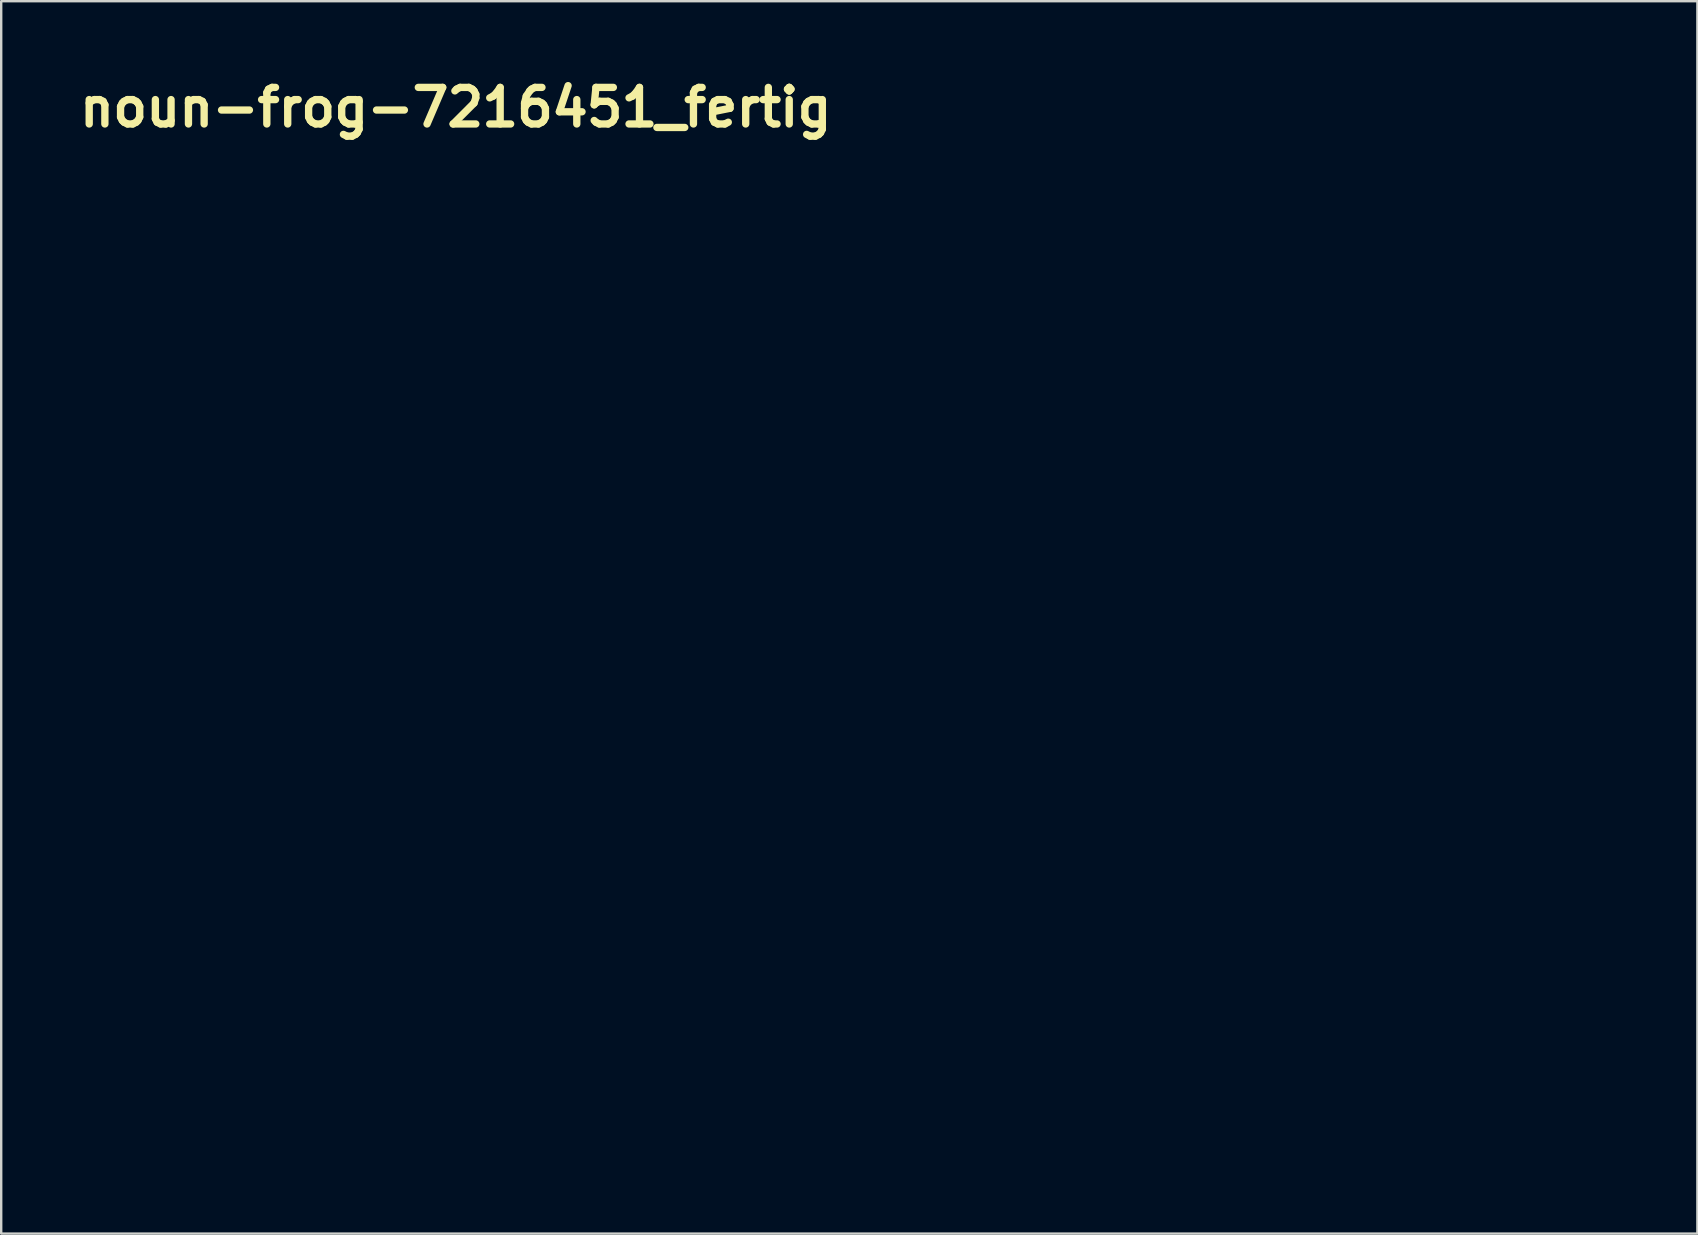
<source format=kicad_pcb>
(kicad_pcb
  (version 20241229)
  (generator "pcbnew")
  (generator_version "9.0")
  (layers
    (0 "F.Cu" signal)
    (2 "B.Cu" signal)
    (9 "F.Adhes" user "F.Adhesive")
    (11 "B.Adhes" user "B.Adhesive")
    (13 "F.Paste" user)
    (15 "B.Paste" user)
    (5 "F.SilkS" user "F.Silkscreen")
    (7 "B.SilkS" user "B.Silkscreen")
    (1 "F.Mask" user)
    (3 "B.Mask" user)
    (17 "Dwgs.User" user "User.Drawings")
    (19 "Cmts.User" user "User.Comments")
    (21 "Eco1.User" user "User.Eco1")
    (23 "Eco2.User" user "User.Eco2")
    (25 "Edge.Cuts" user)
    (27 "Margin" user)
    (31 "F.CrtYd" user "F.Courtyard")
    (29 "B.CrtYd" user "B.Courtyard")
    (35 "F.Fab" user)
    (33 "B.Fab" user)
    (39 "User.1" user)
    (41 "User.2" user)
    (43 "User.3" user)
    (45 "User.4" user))
  (footprint "noun-frog-7216451_fertig"
    (layer "F.Cu")
    (at 15.944 4.348)
    (property "Reference" "noun-frog-7216451_fertig" (at 0 -2.921 0) (layer "F.SilkS") (effects (font (size 1.524 1.524) (thickness 0.305))))
    (attr exclude_from_pos_files exclude_from_bom)
    (fp_poly (pts (xy 15.688 15.117) (xy 15.494 15.054) (xy 15.297 15.053) (xy 15.11 15.11) (xy 14.949 15.219) (xy 14.827 15.378) (xy 14.078 16.761) (xy 14.013 16.948) (xy 14.012 17.139) (xy 14.071 17.319) (xy 14.184 17.475) (xy 14.348 17.593) (xy 14.494 17.646) (xy 14.645 17.663) (xy 14.868 17.624) (xy 15.064 17.512) (xy 15.211 17.333) (xy 15.959 15.95) (xy 16.025 15.762) (xy 16.025 15.571) (xy 15.967 15.391) (xy 15.854 15.235) (xy 15.69 15.117) (xy 15.688 15.117)) (stroke (width 0) (type solid)) (fill yes) (layer "F.Mask"))
    (fp_poly (pts (xy 35.884 16.688) (xy 35.695 16.611) (xy 35.498 16.596) (xy 35.308 16.64) (xy 35.138 16.738) (xy 35.003 16.888) (xy 33.618 19.046) (xy 33.54 19.228) (xy 33.525 19.419) (xy 33.569 19.603) (xy 33.67 19.768) (xy 33.826 19.898) (xy 33.99 19.968) (xy 34.162 19.992) (xy 34.371 19.958) (xy 34.558 19.859) (xy 34.706 19.7) (xy 36.091 17.542) (xy 36.169 17.36) (xy 36.184 17.17) (xy 36.14 16.985) (xy 36.039 16.821) (xy 35.884 16.691) (xy 35.884 16.688)) (stroke (width 0) (type solid)) (fill yes) (layer "F.Mask"))
    (fp_poly (pts (xy 12.569 14.712) (xy 12.513 14.795) (xy 12.39 14.979) (xy 12.22 15.232) (xy 12.023 15.527) (xy 11.818 15.833) (xy 11.625 16.122) (xy 11.463 16.365) (xy 11.351 16.532) (xy 11.309 16.594) (xy 12.382 17.265) (xy 12.423 17.204) (xy 12.533 17.04) (xy 12.693 16.801) (xy 12.884 16.516) (xy 13.086 16.213) (xy 13.281 15.921) (xy 13.45 15.669) (xy 13.573 15.485) (xy 13.632 15.397) (xy 13.716 15.217) (xy 13.738 15.027) (xy 13.699 14.841) (xy 13.604 14.675) (xy 13.455 14.54) (xy 13.269 14.459) (xy 13.074 14.437) (xy 12.882 14.474) (xy 12.709 14.565) (xy 12.569 14.709) (xy 12.569 14.712)) (stroke (width 0) (type solid)) (fill yes) (layer "F.Mask"))
    (fp_poly (pts (xy 37.72 17.478) (xy 37.534 17.559) (xy 37.389 17.688) (xy 37.293 17.852) (xy 37.22 17.966) (xy 37.106 18.136) (xy 36.962 18.347) (xy 36.796 18.584) (xy 36.62 18.832) (xy 36.445 19.078) (xy 36.356 19.256) (xy 36.331 19.445) (xy 36.366 19.632) (xy 36.459 19.8) (xy 36.607 19.937) (xy 36.783 20.02) (xy 36.971 20.048) (xy 37.17 20.017) (xy 37.351 19.927) (xy 37.498 19.782) (xy 37.825 19.322) (xy 38.08 18.96) (xy 38.269 18.681) (xy 38.401 18.47) (xy 38.486 18.312) (xy 38.53 18.192) (xy 38.543 18.095) (xy 38.533 18.006) (xy 38.508 17.91) (xy 38.422 17.73) (xy 38.288 17.589) (xy 38.118 17.496) (xy 37.925 17.456) (xy 37.722 17.478) (xy 37.72 17.478)) (stroke (width 0) (type solid)) (fill yes) (layer "F.Mask"))
    (fp_poly (pts (xy 29.567 14.316) (xy 29.379 14.24) (xy 29.182 14.226) (xy 28.992 14.269) (xy 28.822 14.367) (xy 28.689 14.516) (xy 28.641 14.578) (xy 28.567 14.654) (xy 28.467 14.741) (xy 28.342 14.836) (xy 28.193 14.937) (xy 28.021 15.04) (xy 27.826 15.142) (xy 27.61 15.241) (xy 27.372 15.334) (xy 27.114 15.418) (xy 26.837 15.491) (xy 26.54 15.548) (xy 26.226 15.589) (xy 25.894 15.608) (xy 25.546 15.605) (xy 25.182 15.576) (xy 24.742 15.51) (xy 24.343 15.421) (xy 23.982 15.313) (xy 23.659 15.19) (xy 23.37 15.054) (xy 23.115 14.91) (xy 22.892 14.761) (xy 22.699 14.611) (xy 22.535 14.463) (xy 22.397 14.322) (xy 22.284 14.19) (xy 22.194 14.072) (xy 22.126 13.97) (xy 22.077 13.889) (xy 22.047 13.833) (xy 22.033 13.804) (xy 21.928 13.636) (xy 21.779 13.513) (xy 21.6 13.439) (xy 21.405 13.421) (xy 21.208 13.464) (xy 21.032 13.565) (xy 20.903 13.709) (xy 20.825 13.883) (xy 20.806 14.072) (xy 20.851 14.265) (xy 20.861 14.289) (xy 20.883 14.336) (xy 20.917 14.403) (xy 20.964 14.488) (xy 21.025 14.59) (xy 21.101 14.706) (xy 21.192 14.834) (xy 21.3 14.972) (xy 21.426 15.119) (xy 21.57 15.271) (xy 21.733 15.427) (xy 21.916 15.584) (xy 22.12 15.742) (xy 22.345 15.897) (xy 22.593 16.047) (xy 22.864 16.191) (xy 23.16 16.326) (xy 23.481 16.451) (xy 23.827 16.563) (xy 24.201 16.66) (xy 24.602 16.74) (xy 25.032 16.801) (xy 25.276 16.825) (xy 25.517 16.838) (xy 25.753 16.843) (xy 26.094 16.833) (xy 26.425 16.806) (xy 26.744 16.763) (xy 27.052 16.704) (xy 27.347 16.633) (xy 27.629 16.549) (xy 27.898 16.455) (xy 28.152 16.353) (xy 28.391 16.243) (xy 28.615 16.126) (xy 28.823 16.006) (xy 29.014 15.883) (xy 29.188 15.758) (xy 29.344 15.633) (xy 29.482 15.509) (xy 29.6 15.389) (xy 29.698 15.273) (xy 29.777 15.163) (xy 29.855 14.98) (xy 29.87 14.79) (xy 29.825 14.606) (xy 29.724 14.442) (xy 29.57 14.313) (xy 29.567 14.316)) (stroke (width 0) (type solid)) (fill yes) (layer "F.Mask"))
    (fp_poly (pts (xy 40.501 7.438) (xy 40.362 7.358) (xy 40.209 7.279) (xy 40.043 7.201) (xy 39.866 7.127) (xy 39.678 7.058) (xy 39.481 6.994) (xy 39.276 6.938) (xy 39.063 6.891) (xy 38.844 6.854) (xy 38.62 6.828) (xy 38.393 6.815) (xy 38.162 6.817) (xy 37.93 6.834) (xy 37.697 6.867) (xy 37.464 6.919) (xy 37.233 6.991) (xy 37.005 7.083) (xy 36.78 7.198) (xy 36.561 7.336) (xy 36.347 7.5) (xy 36.14 7.689) (xy 35.941 7.907) (xy 35.788 8.103) (xy 35.652 8.306) (xy 35.533 8.515) (xy 35.431 8.729) (xy 35.346 8.947) (xy 35.278 9.169) (xy 35.228 9.395) (xy 35.196 9.622) (xy 35.181 9.852) (xy 35.184 10.083) (xy 35.205 10.315) (xy 35.244 10.547) (xy 35.302 10.778) (xy 35.378 11.008) (xy 35.472 11.236) (xy 35.582 11.457) (xy 35.707 11.668) (xy 35.845 11.869) (xy 35.997 12.06) (xy 36.161 12.238) (xy 36.335 12.404) (xy 36.52 12.557) (xy 36.714 12.695) (xy 36.916 12.818) (xy 37.125 12.925) (xy 37.341 13.016) (xy 37.379 13.029) (xy 37.379 9.354) (xy 37.149 9.288) (xy 36.937 9.118) (xy 36.781 8.869) (xy 36.738 8.64) (xy 36.776 8.437) (xy 36.862 8.268) (xy 36.963 8.139) (xy 37.048 8.056) (xy 37.084 8.027) (xy 37.084 8.027) (xy 37.335 7.875) (xy 37.573 7.802) (xy 37.793 7.794) (xy 37.992 7.837) (xy 38.164 7.915) (xy 38.304 8.015) (xy 38.408 8.121) (xy 38.495 8.289) (xy 38.521 8.483) (xy 38.492 8.684) (xy 38.41 8.869) (xy 38.281 9.017) (xy 38.183 9.089) (xy 38.029 9.184) (xy 37.834 9.277) (xy 37.613 9.342) (xy 37.379 9.354) (xy 37.379 13.029) (xy 37.562 13.089) (xy 37.787 13.143) (xy 38.038 13.185) (xy 38.292 13.208) (xy 38.548 13.216) (xy 38.754 13.209) (xy 38.754 12.252) (xy 38.517 12.234) (xy 38.287 12.184) (xy 38.071 12.098) (xy 37.876 11.971) (xy 37.712 11.797) (xy 37.585 11.57) (xy 37.503 11.289) (xy 37.491 11.032) (xy 37.537 10.799) (xy 37.627 10.59) (xy 37.751 10.405) (xy 37.895 10.246) (xy 38.047 10.112) (xy 38.195 10.003) (xy 38.327 9.919) (xy 38.429 9.862) (xy 38.491 9.83) (xy 38.709 9.735) (xy 38.938 9.67) (xy 39.173 9.634) (xy 39.408 9.624) (xy 39.64 9.641) (xy 39.863 9.684) (xy 40.074 9.75) (xy 40.267 9.839) (xy 40.437 9.95) (xy 40.581 10.082) (xy 40.693 10.234) (xy 40.768 10.404) (xy 40.818 10.653) (xy 40.811 10.886) (xy 40.757 11.101) (xy 40.662 11.298) (xy 40.535 11.479) (xy 40.384 11.641) (xy 40.218 11.785) (xy 40.044 11.911) (xy 39.87 12.019) (xy 39.87 12.019) (xy 39.759 12.072) (xy 39.608 12.127) (xy 39.424 12.177) (xy 39.215 12.219) (xy 38.989 12.246) (xy 38.754 12.252) (xy 38.754 13.209) (xy 38.808 13.208) (xy 39.067 13.183) (xy 39.323 13.143) (xy 39.576 13.087) (xy 39.824 13.017) (xy 40.066 12.931) (xy 40.3 12.831) (xy 40.526 12.717) (xy 40.741 12.589) (xy 40.946 12.448) (xy 41.137 12.294) (xy 41.323 12.118) (xy 41.49 11.93) (xy 41.638 11.731) (xy 41.767 11.523) (xy 41.876 11.306) (xy 41.964 11.08) (xy 42.033 10.846) (xy 42.081 10.606) (xy 42.108 10.359) (xy 42.114 10.106) (xy 42.098 9.849) (xy 42.043 9.503) (xy 41.957 9.186) (xy 41.845 8.898) (xy 41.712 8.637) (xy 41.564 8.404) (xy 41.406 8.197) (xy 41.245 8.016) (xy 41.084 7.86) (xy 40.931 7.729) (xy 40.79 7.621) (xy 40.668 7.537) (xy 40.569 7.476) (xy 40.499 7.436) (xy 40.501 7.438)) (stroke (width 0) (type solid)) (fill yes) (layer "F.Mask"))
    (fp_poly (pts (xy 15.451 4.48) (xy 15.116 4.348) (xy 14.79 4.257) (xy 14.477 4.203) (xy 14.177 4.18) (xy 13.894 4.183) (xy 13.63 4.208) (xy 13.386 4.25) (xy 13.166 4.303) (xy 12.971 4.363) (xy 12.803 4.425) (xy 12.666 4.483) (xy 12.56 4.534) (xy 12.49 4.571) (xy 12.347 4.646) (xy 12.198 4.732) (xy 12.044 4.83) (xy 11.887 4.939) (xy 11.729 5.059) (xy 11.572 5.191) (xy 11.416 5.333) (xy 11.265 5.485) (xy 11.12 5.648) (xy 10.983 5.821) (xy 10.854 6.003) (xy 10.737 6.196) (xy 10.633 6.397) (xy 10.543 6.608) (xy 10.47 6.828) (xy 10.415 7.057) (xy 10.38 7.294) (xy 10.367 7.539) (xy 10.377 7.793) (xy 10.413 8.054) (xy 10.475 8.323) (xy 10.566 8.599) (xy 10.662 8.827) (xy 10.773 9.044) (xy 10.897 9.25) (xy 11.034 9.445) (xy 11.185 9.627) (xy 11.347 9.797) (xy 11.522 9.954) (xy 11.707 10.098) (xy 11.904 10.228) (xy 12.111 10.344) (xy 12.327 10.445) (xy 12.377 10.464) (xy 12.377 6.968) (xy 12.187 6.903) (xy 12.047 6.788) (xy 11.95 6.651) (xy 11.89 6.518) (xy 11.86 6.418) (xy 11.851 6.379) (xy 11.853 6.379) (xy 11.853 6.105) (xy 11.919 5.869) (xy 12.039 5.671) (xy 12.199 5.512) (xy 12.385 5.392) (xy 12.585 5.313) (xy 12.784 5.274) (xy 12.942 5.277) (xy 13.094 5.314) (xy 13.235 5.381) (xy 13.36 5.474) (xy 13.465 5.59) (xy 13.543 5.724) (xy 13.591 5.872) (xy 13.602 6.031) (xy 13.572 6.196) (xy 13.496 6.363) (xy 13.368 6.528) (xy 13.184 6.688) (xy 12.939 6.837) (xy 12.625 6.956) (xy 12.377 6.968) (xy 12.377 10.464) (xy 12.553 10.532) (xy 12.788 10.603) (xy 13.031 10.658) (xy 13.264 10.694) (xy 13.497 10.716) (xy 13.729 10.723) (xy 13.985 10.714) (xy 14.163 10.696) (xy 14.163 9.732) (xy 13.925 9.72) (xy 13.692 9.68) (xy 13.471 9.608) (xy 13.268 9.501) (xy 13.092 9.356) (xy 12.949 9.169) (xy 12.828 8.887) (xy 12.796 8.62) (xy 12.829 8.374) (xy 12.906 8.158) (xy 13.004 7.977) (xy 13.101 7.839) (xy 13.176 7.752) (xy 13.205 7.721) (xy 13.436 7.524) (xy 13.673 7.364) (xy 13.914 7.239) (xy 14.155 7.146) (xy 14.393 7.083) (xy 14.627 7.049) (xy 14.852 7.043) (xy 15.067 7.061) (xy 15.269 7.102) (xy 15.454 7.164) (xy 15.621 7.245) (xy 15.766 7.343) (xy 15.886 7.457) (xy 15.979 7.584) (xy 16.042 7.723) (xy 16.09 7.963) (xy 16.083 8.199) (xy 16.031 8.429) (xy 15.939 8.649) (xy 15.817 8.856) (xy 15.672 9.047) (xy 15.511 9.217) (xy 15.342 9.363) (xy 15.174 9.482) (xy 15.171 9.482) (xy 15.017 9.563) (xy 14.832 9.631) (xy 14.624 9.684) (xy 14.398 9.719) (xy 14.163 9.732) (xy 14.163 10.696) (xy 14.237 10.688) (xy 14.485 10.646) (xy 14.728 10.587) (xy 14.964 10.512) (xy 15.191 10.422) (xy 15.41 10.317) (xy 15.617 10.196) (xy 15.813 10.062) (xy 15.996 9.913) (xy 16.164 9.75) (xy 16.331 9.561) (xy 16.485 9.36) (xy 16.624 9.149) (xy 16.749 8.93) (xy 16.859 8.703) (xy 16.954 8.47) (xy 17.034 8.232) (xy 17.098 7.991) (xy 17.146 7.747) (xy 17.177 7.502) (xy 17.191 7.256) (xy 17.188 7.012) (xy 17.168 6.771) (xy 17.13 6.533) (xy 17.068 6.288) (xy 16.988 6.053) (xy 16.887 5.828) (xy 16.768 5.614) (xy 16.631 5.412) (xy 16.476 5.223) (xy 16.304 5.046) (xy 16.114 4.883) (xy 15.909 4.735) (xy 15.687 4.601) (xy 15.451 4.482) (xy 15.451 4.48)) (stroke (width 0) (type solid)) (fill yes) (layer "F.Mask"))
    (fp_poly (pts (xy 47.364 22.61) (xy 47.313 22.244) (xy 47.254 21.884) (xy 47.189 21.532) (xy 47.118 21.188) (xy 47.041 20.852) (xy 46.959 20.523) (xy 46.872 20.202) (xy 46.78 19.889) (xy 46.684 19.583) (xy 46.584 19.286) (xy 46.48 18.997) (xy 46.374 18.716) (xy 46.265 18.443) (xy 46.154 18.179) (xy 46.042 17.923) (xy 45.928 17.675) (xy 45.813 17.436) (xy 45.697 17.205) (xy 45.582 16.983) (xy 45.466 16.769) (xy 45.352 16.564) (xy 45.238 16.368) (xy 45.126 16.181) (xy 45.016 16.003) (xy 44.908 15.834) (xy 44.803 15.674) (xy 44.701 15.523) (xy 44.603 15.381) (xy 44.508 15.249) (xy 44.418 15.126) (xy 44.333 15.012) (xy 44.253 14.908) (xy 44.178 14.813) (xy 44.285 14.66) (xy 44.392 14.497) (xy 44.497 14.324) (xy 44.6 14.141) (xy 44.7 13.949) (xy 44.798 13.749) (xy 44.893 13.54) (xy 44.983 13.324) (xy 45.069 13.1) (xy 45.15 12.87) (xy 45.225 12.633) (xy 45.294 12.391) (xy 45.357 12.143) (xy 45.412 11.891) (xy 45.46 11.633) (xy 45.5 11.372) (xy 45.531 11.107) (xy 45.552 10.839) (xy 45.564 10.569) (xy 45.566 10.296) (xy 45.556 10.022) (xy 45.536 9.746) (xy 45.503 9.469) (xy 45.458 9.193) (xy 45.408 8.951) (xy 45.349 8.714) (xy 45.281 8.481) (xy 45.203 8.253) (xy 45.116 8.029) (xy 45.02 7.81) (xy 44.916 7.595) (xy 44.802 7.385) (xy 44.679 7.179) (xy 44.548 6.979) (xy 44.408 6.783) (xy 44.259 6.592) (xy 44.101 6.407) (xy 43.935 6.226) (xy 43.76 6.05) (xy 43.577 5.88) (xy 43.385 5.715) (xy 43.186 5.556) (xy 42.977 5.402) (xy 42.761 5.253) (xy 42.536 5.11) (xy 42.303 4.973) (xy 42.062 4.842) (xy 41.813 4.716) (xy 41.502 4.572) (xy 41.194 4.445) (xy 40.89 4.332) (xy 40.588 4.234) (xy 40.289 4.151) (xy 39.995 4.081) (xy 39.703 4.024) (xy 39.415 3.98) (xy 39.132 3.949) (xy 38.851 3.929) (xy 38.575 3.92) (xy 38.304 3.922) (xy 38.036 3.934) (xy 37.773 3.956) (xy 37.514 3.987) (xy 37.26 4.026) (xy 37.01 4.074) (xy 36.765 4.13) (xy 36.526 4.192) (xy 36.291 4.261) (xy 36.061 4.337) (xy 35.837 4.418) (xy 35.618 4.504) (xy 35.404 4.595) (xy 35.197 4.69) (xy 34.994 4.788) (xy 34.798 4.89) (xy 34.608 4.994) (xy 34.424 5.1) (xy 34.246 5.208) (xy 34.074 5.317) (xy 33.908 5.427) (xy 33.75 5.536) (xy 33.597 5.646) (xy 33.452 5.754) (xy 33.313 5.861) (xy 33.182 5.966) (xy 33.057 6.068) (xy 32.94 6.168) (xy 32.83 6.264) (xy 32.728 6.356) (xy 32.633 6.443) (xy 32.546 6.526) (xy 32.466 6.603) (xy 32.117 6.452) (xy 31.77 6.309) (xy 31.426 6.174) (xy 31.085 6.048) (xy 30.746 5.93) (xy 30.411 5.819) (xy 30.079 5.716) (xy 29.751 5.62) (xy 29.425 5.531) (xy 29.104 5.45) (xy 28.786 5.374) (xy 28.472 5.306) (xy 28.161 5.243) (xy 27.855 5.187) (xy 27.553 5.136) (xy 27.255 5.092) (xy 26.961 5.052) (xy 26.673 5.018) (xy 26.388 4.989) (xy 26.109 4.964) (xy 25.834 4.945) (xy 25.564 4.929) (xy 25.299 4.918) (xy 25.04 4.911) (xy 24.786 4.908) (xy 24.537 4.908) (xy 24.294 4.911) (xy 24.057 4.918) (xy 23.825 4.927) (xy 23.599 4.939) (xy 23.38 4.954) (xy 23.166 4.971) (xy 22.959 4.991) (xy 22.759 5.012) (xy 22.564 5.034) (xy 22.377 5.059) (xy 22.196 5.084) (xy 22.022 5.111) (xy 21.855 5.138) (xy 21.696 5.166) (xy 21.543 5.195) (xy 21.398 5.223) (xy 21.26 5.252) (xy 21.13 5.28) (xy 21.008 5.308) (xy 20.893 5.336) (xy 20.787 5.363) (xy 20.685 5.153) (xy 20.574 4.947) (xy 20.454 4.744) (xy 20.326 4.545) (xy 20.188 4.35) (xy 20.043 4.16) (xy 19.889 3.973) (xy 19.727 3.792) (xy 19.558 3.615) (xy 19.381 3.443) (xy 19.197 3.276) (xy 19.007 3.115) (xy 18.81 2.96) (xy 18.606 2.811) (xy 18.397 2.668) (xy 18.181 2.531) (xy 17.96 2.401) (xy 17.733 2.277) (xy 17.502 2.161) (xy 17.266 2.052) (xy 17.025 1.95) (xy 16.779 1.856) (xy 16.53 1.77) (xy 16.276 1.692) (xy 16.019 1.622) (xy 15.766 1.562) (xy 15.513 1.511) (xy 15.26 1.469) (xy 15.007 1.436) (xy 14.754 1.411) (xy 14.503 1.396) (xy 14.251 1.388) (xy 14.001 1.39) (xy 13.752 1.4) (xy 13.504 1.418) (xy 13.257 1.445) (xy 13.012 1.481) (xy 12.769 1.525) (xy 12.527 1.577) (xy 12.287 1.637) (xy 12.05 1.706) (xy 11.815 1.783) (xy 11.582 1.869) (xy 11.352 1.962) (xy 11.124 2.064) (xy 10.9 2.174) (xy 10.678 2.292) (xy 10.46 2.418) (xy 10.245 2.552) (xy 10.034 2.694) (xy 9.826 2.844) (xy 9.622 3.001) (xy 9.422 3.167) (xy 9.227 3.34) (xy 9.029 3.526) (xy 8.84 3.715) (xy 8.661 3.906) (xy 8.49 4.1) (xy 8.327 4.296) (xy 8.174 4.495) (xy 8.029 4.696) (xy 7.893 4.9) (xy 7.766 5.106) (xy 7.648 5.315) (xy 7.539 5.526) (xy 7.438 5.74) (xy 7.347 5.956) (xy 7.264 6.175) (xy 7.19 6.396) (xy 7.125 6.619) (xy 7.068 6.845) (xy 7.021 7.073) (xy 6.982 7.303) (xy 6.953 7.536) (xy 6.932 7.771) (xy 6.92 8.009) (xy 6.917 8.249) (xy 6.922 8.491) (xy 6.937 8.736) (xy 6.96 8.982) (xy 6.993 9.232) (xy 7.034 9.483) (xy 7.084 9.737) (xy 7.143 9.993) (xy 7.211 10.251) (xy 7.288 10.511) (xy 7.373 10.774) (xy 7.468 11.039) (xy 7.275 11.204) (xy 7.083 11.374) (xy 6.892 11.548) (xy 6.703 11.728) (xy 6.515 11.911) (xy 6.328 12.098) (xy 6.143 12.29) (xy 5.96 12.485) (xy 5.779 12.683) (xy 5.601 12.884) (xy 5.424 13.089) (xy 5.251 13.296) (xy 5.079 13.505) (xy 4.911 13.717) (xy 4.746 13.931) (xy 4.583 14.147) (xy 4.424 14.365) (xy 4.269 14.584) (xy 4.117 14.804) (xy 3.969 15.026) (xy 3.825 15.248) (xy 3.685 15.471) (xy 3.549 15.694) (xy 3.417 15.917) (xy 3.29 16.141) (xy 3.168 16.364) (xy 3.05 16.586) (xy 2.938 16.808) (xy 2.831 17.029) (xy 2.729 17.249) (xy 2.632 17.468) (xy 2.541 17.685) (xy 2.456 17.9) (xy 2.377 18.113) (xy 2.304 18.324) (xy 2.247 18.493) (xy 2.2 18.632) (xy 2.153 18.772) (xy 2.107 18.914) (xy 2.062 19.059) (xy 2.017 19.205) (xy 1.973 19.353) (xy 1.93 19.504) (xy 1.888 19.656) (xy 1.847 19.81) (xy 1.806 19.965) (xy 1.767 20.123) (xy 1.729 20.282) (xy 1.692 20.443) (xy 1.657 20.605) (xy 1.622 20.769) (xy 1.59 20.934) (xy 1.558 21.102) (xy 1.528 21.27) (xy 1.5 21.44) (xy 1.473 21.611) (xy 1.449 21.784) (xy 1.426 21.958) (xy 1.404 22.133) (xy 1.385 22.31) (xy 1.368 22.488) (xy 1.352 22.667) (xy 1.339 22.847) (xy 1.328 23.028) (xy 1.32 23.21) (xy 1.313 23.393) (xy 1.309 23.577) (xy 1.307 23.762) (xy 1.308 23.948) (xy 1.312 24.135) (xy 1.318 24.322) (xy 1.327 24.511) (xy 1.338 24.7) (xy 1.352 24.89) (xy 1.37 25.08) (xy 1.39 25.271) (xy 1.413 25.463) (xy 1.439 25.655) (xy 1.469 25.848) (xy 1.501 26.041) (xy 1.537 26.234) (xy 1.577 26.428) (xy 1.619 26.622) (xy 1.665 26.817) (xy 1.715 27.012) (xy 1.768 27.207) (xy 1.825 27.402) (xy 1.886 27.597) (xy 1.951 27.793) (xy 2.019 27.988) (xy 2.091 28.184) (xy 2.167 28.379) (xy 2.248 28.575) (xy 2.332 28.77) (xy 2.421 28.965) (xy 2.514 29.16) (xy 2.611 29.355) (xy 2.712 29.55) (xy 2.818 29.744) (xy 2.929 29.938) (xy 3.044 30.132) (xy 3.163 30.325) (xy 3.288 30.518) (xy 3.417 30.71) (xy 3.551 30.902) (xy 3.69 31.093) (xy 3.834 31.284) (xy 3.983 31.474) (xy 4.137 31.663) (xy 4.296 31.852) (xy 4.46 32.04) (xy 4.63 32.227) (xy 4.805 32.413) (xy 4.985 32.599) (xy 5.171 32.783) (xy 5.362 32.967) (xy 5.559 33.149) (xy 5.762 33.331) (xy 5.97 33.511) (xy 6.185 33.691) (xy 6.405 33.869) (xy 6.631 34.046) (xy 6.863 34.222) (xy 7.101 34.396) (xy 7.345 34.569) (xy 7.595 34.741) (xy 7.852 34.912) (xy 8.115 35.081) (xy 8.384 35.249) (xy 8.66 35.415) (xy 8.942 35.579) (xy 9.231 35.742) (xy 9.527 35.904) (xy 9.829 36.064) (xy 10.138 36.222) (xy 10.454 36.378) (xy 10.776 36.533) (xy 11.106 36.686) (xy 11.443 36.837) (xy 11.786 36.986) (xy 12.137 37.133) (xy 12.496 37.278) (xy 12.861 37.421) (xy 13.137 37.526) (xy 13.412 37.628) (xy 13.686 37.727) (xy 13.96 37.823) (xy 14.233 37.917) (xy 14.505 38.008) (xy 14.777 38.096) (xy 15.048 38.182) (xy 15.319 38.265) (xy 15.589 38.346) (xy 15.858 38.424) (xy 16.126 38.499) (xy 16.393 38.572) (xy 16.66 38.642) (xy 16.926 38.71) (xy 17.191 38.776) (xy 17.455 38.839) (xy 17.718 38.9) (xy 17.981 38.959) (xy 18.242 39.015) (xy 18.503 39.069) (xy 18.763 39.121) (xy 19.022 39.171) (xy 19.279 39.218) (xy 19.536 39.263) (xy 19.792 39.306) (xy 20.047 39.348) (xy 20.301 39.386) (xy 20.554 39.423) (xy 20.805 39.458) (xy 21.056 39.491) (xy 21.305 39.522) (xy 21.554 39.551) (xy 21.801 39.579) (xy 22.047 39.604) (xy 22.292 39.627) (xy 22.536 39.649) (xy 22.778 39.669) (xy 23.02 39.687) (xy 23.26 39.703) (xy 23.499 39.718) (xy 23.736 39.731) (xy 23.972 39.743) (xy 24.207 39.752) (xy 24.441 39.761) (xy 24.673 39.767) (xy 24.904 39.772) (xy 25.134 39.776) (xy 25.362 39.778) (xy 25.552 39.779) (xy 25.552 38.508) (xy 25.23 38.507) (xy 24.905 38.503) (xy 24.577 38.496) (xy 24.246 38.485) (xy 23.913 38.472) (xy 23.577 38.455) (xy 23.238 38.434) (xy 22.897 38.41) (xy 22.554 38.383) (xy 22.208 38.351) (xy 21.859 38.316) (xy 21.509 38.277) (xy 21.156 38.235) (xy 20.801 38.188) (xy 20.444 38.137) (xy 20.085 38.081) (xy 19.724 38.022) (xy 19.361 37.958) (xy 18.996 37.89) (xy 18.629 37.817) (xy 18.261 37.739) (xy 17.891 37.657) (xy 17.519 37.569) (xy 17.145 37.477) (xy 16.77 37.38) (xy 16.394 37.278) (xy 16.016 37.171) (xy 15.637 37.058) (xy 15.256 36.94) (xy 14.874 36.817) (xy 14.491 36.688) (xy 14.107 36.553) (xy 13.722 36.413) (xy 13.336 36.267) (xy 13.052 36.156) (xy 12.772 36.044) (xy 12.496 35.93) (xy 12.224 35.813) (xy 11.955 35.696) (xy 11.69 35.576) (xy 11.429 35.455) (xy 11.171 35.331) (xy 10.918 35.207) (xy 10.667 35.08) (xy 10.421 34.952) (xy 10.178 34.822) (xy 9.939 34.69) (xy 9.704 34.557) (xy 9.473 34.422) (xy 9.245 34.285) (xy 9.021 34.147) (xy 8.8 34.007) (xy 8.584 33.865) (xy 8.371 33.722) (xy 8.162 33.577) (xy 7.957 33.43) (xy 7.756 33.282) (xy 7.558 33.132) (xy 7.364 32.981) (xy 7.174 32.828) (xy 6.988 32.673) (xy 6.805 32.517) (xy 6.626 32.36) (xy 6.451 32.2) (xy 6.28 32.04) (xy 6.113 31.877) (xy 5.95 31.713) (xy 5.79 31.548) (xy 5.634 31.381) (xy 5.482 31.212) (xy 5.334 31.042) (xy 5.19 30.871) (xy 5.049 30.698) (xy 4.913 30.524) (xy 4.78 30.348) (xy 4.651 30.17) (xy 4.526 29.991) (xy 4.405 29.811) (xy 4.287 29.629) (xy 4.174 29.446) (xy 4.065 29.262) (xy 3.959 29.076) (xy 3.857 28.888) (xy 3.759 28.699) (xy 3.665 28.509) (xy 3.575 28.318) (xy 3.489 28.125) (xy 3.407 27.93) (xy 3.329 27.735) (xy 3.254 27.537) (xy 3.184 27.339) (xy 3.117 27.139) (xy 3.055 26.938) (xy 2.996 26.736) (xy 2.941 26.532) (xy 2.891 26.327) (xy 2.844 26.121) (xy 2.801 25.913) (xy 2.762 25.704) (xy 2.727 25.494) (xy 2.696 25.283) (xy 2.669 25.07) (xy 2.646 24.856) (xy 2.627 24.641) (xy 2.612 24.424) (xy 2.601 24.206) (xy 2.594 23.988) (xy 2.592 23.767) (xy 2.593 23.546) (xy 2.598 23.324) (xy 2.607 23.1) (xy 2.62 22.875) (xy 2.637 22.649) (xy 2.658 22.422) (xy 2.683 22.193) (xy 2.712 21.964) (xy 2.746 21.733) (xy 2.783 21.501) (xy 2.824 21.269) (xy 2.87 21.035) (xy 2.919 20.799) (xy 2.973 20.563) (xy 3.03 20.326) (xy 3.092 20.087) (xy 3.158 19.848) (xy 3.228 19.607) (xy 3.302 19.366) (xy 3.38 19.123) (xy 3.462 18.879) (xy 3.524 18.698) (xy 3.597 18.488) (xy 3.676 18.276) (xy 3.762 18.062) (xy 3.854 17.845) (xy 3.952 17.627) (xy 4.056 17.408) (xy 4.165 17.188) (xy 4.28 16.967) (xy 4.401 16.745) (xy 4.526 16.523) (xy 4.656 16.3) (xy 4.792 16.078) (xy 4.931 15.856) (xy 5.076 15.635) (xy 5.224 15.415) (xy 5.376 15.196) (xy 5.533 14.978) (xy 5.693 14.762) (xy 5.856 14.547) (xy 6.023 14.335) (xy 6.193 14.125) (xy 6.366 13.918) (xy 6.542 13.714) (xy 6.72 13.513) (xy 6.901 13.315) (xy 7.084 13.12) (xy 7.269 12.93) (xy 7.456 12.744) (xy 7.644 12.562) (xy 7.834 12.384) (xy 8.026 12.212) (xy 8.218 12.045) (xy 8.412 11.883) (xy 8.606 11.726) (xy 8.774 11.537) (xy 8.842 11.333) (xy 8.835 11.12) (xy 8.78 10.905) (xy 8.703 10.693) (xy 8.662 10.587) (xy 8.618 10.469) (xy 8.572 10.342) (xy 8.524 10.205) (xy 8.476 10.059) (xy 8.429 9.904) (xy 8.383 9.74) (xy 8.339 9.568) (xy 8.298 9.388) (xy 8.262 9.201) (xy 8.231 9.007) (xy 8.206 8.806) (xy 8.188 8.599) (xy 8.177 8.386) (xy 8.176 8.167) (xy 8.184 7.944) (xy 8.203 7.716) (xy 8.234 7.483) (xy 8.277 7.246) (xy 8.333 7.006) (xy 8.404 6.762) (xy 8.491 6.516) (xy 8.593 6.267) (xy 8.713 6.017) (xy 8.85 5.764) (xy 9.007 5.51) (xy 9.183 5.256) (xy 9.381 5) (xy 9.6 4.745) (xy 9.842 4.49) (xy 10.107 4.235) (xy 10.362 4.014) (xy 10.617 3.812) (xy 10.874 3.629) (xy 11.131 3.464) (xy 11.387 3.317) (xy 11.643 3.186) (xy 11.897 3.072) (xy 12.15 2.972) (xy 12.401 2.887) (xy 12.648 2.815) (xy 12.893 2.756) (xy 13.134 2.708) (xy 13.371 2.672) (xy 13.603 2.646) (xy 13.829 2.63) (xy 14.05 2.622) (xy 14.265 2.623) (xy 14.473 2.63) (xy 14.674 2.644) (xy 14.867 2.664) (xy 15.052 2.688) (xy 15.229 2.716) (xy 15.396 2.747) (xy 15.553 2.781) (xy 15.7 2.816) (xy 15.955 2.886) (xy 16.205 2.966) (xy 16.45 3.055) (xy 16.691 3.153) (xy 16.925 3.259) (xy 17.154 3.374) (xy 17.376 3.497) (xy 17.592 3.627) (xy 17.801 3.765) (xy 18.003 3.91) (xy 18.197 4.062) (xy 18.383 4.22) (xy 18.56 4.385) (xy 18.729 4.555) (xy 18.888 4.731) (xy 19.038 4.912) (xy 19.179 5.099) (xy 19.309 5.289) (xy 19.428 5.485) (xy 19.537 5.684) (xy 19.634 5.887) (xy 19.72 6.094) (xy 19.794 6.304) (xy 19.918 6.522) (xy 20.121 6.675) (xy 20.285 6.728) (xy 20.456 6.737) (xy 20.625 6.702) (xy 20.635 6.698) (xy 20.658 6.691) (xy 20.694 6.679) (xy 20.743 6.664) (xy 20.805 6.645) (xy 20.88 6.624) (xy 20.966 6.6) (xy 21.064 6.575) (xy 21.175 6.547) (xy 21.296 6.518) (xy 21.43 6.488) (xy 21.574 6.457) (xy 21.729 6.426) (xy 21.895 6.395) (xy 22.071 6.364) (xy 22.258 6.334) (xy 22.454 6.305) (xy 22.661 6.278) (xy 22.877 6.253) (xy 23.102 6.229) (xy 23.337 6.208) (xy 23.58 6.19) (xy 23.832 6.176) (xy 24.093 6.165) (xy 24.362 6.157) (xy 24.639 6.155) (xy 24.924 6.157) (xy 25.217 6.163) (xy 25.517 6.176) (xy 25.824 6.194) (xy 26.139 6.218) (xy 26.46 6.249) (xy 26.787 6.286) (xy 27.121 6.331) (xy 27.461 6.383) (xy 27.807 6.444) (xy 28.159 6.512) (xy 28.516 6.589) (xy 28.879 6.675) (xy 29.246 6.771) (xy 29.619 6.876) (xy 29.995 6.991) (xy 30.377 7.116) (xy 30.762 7.253) (xy 31.152 7.4) (xy 31.545 7.559) (xy 31.942 7.73) (xy 32.342 7.913) (xy 32.548 7.972) (xy 32.758 7.961) (xy 32.954 7.885) (xy 33.118 7.747) (xy 33.134 7.727) (xy 33.163 7.694) (xy 33.204 7.648) (xy 33.257 7.592) (xy 33.321 7.524) (xy 33.396 7.447) (xy 33.482 7.362) (xy 33.579 7.268) (xy 33.687 7.169) (xy 33.806 7.063) (xy 33.935 6.952) (xy 34.073 6.837) (xy 34.222 6.72) (xy 34.381 6.6) (xy 34.549 6.479) (xy 34.726 6.358) (xy 34.912 6.238) (xy 35.107 6.119) (xy 35.311 6.003) (xy 35.524 5.891) (xy 35.744 5.783) (xy 35.973 5.68) (xy 36.21 5.584) (xy 36.454 5.495) (xy 36.706 5.414) (xy 36.965 5.343) (xy 37.231 5.281) (xy 37.504 5.23) (xy 37.784 5.192) (xy 38.07 5.166) (xy 38.363 5.154) (xy 38.661 5.157) (xy 38.966 5.176) (xy 39.276 5.211) (xy 39.592 5.264) (xy 39.913 5.335) (xy 40.239 5.425) (xy 40.57 5.536) (xy 40.905 5.669) (xy 41.245 5.823) (xy 41.504 5.955) (xy 41.751 6.093) (xy 41.987 6.237) (xy 42.212 6.388) (xy 42.425 6.546) (xy 42.627 6.709) (xy 42.818 6.88) (xy 42.997 7.056) (xy 43.164 7.24) (xy 43.321 7.429) (xy 43.465 7.625) (xy 43.598 7.827) (xy 43.72 8.035) (xy 43.83 8.249) (xy 43.929 8.469) (xy 44.015 8.696) (xy 44.091 8.929) (xy 44.154 9.167) (xy 44.206 9.412) (xy 44.251 9.697) (xy 44.279 9.984) (xy 44.291 10.272) (xy 44.289 10.559) (xy 44.274 10.844) (xy 44.246 11.128) (xy 44.205 11.408) (xy 44.154 11.683) (xy 44.093 11.953) (xy 44.023 12.217) (xy 43.944 12.473) (xy 43.858 12.72) (xy 43.766 12.958) (xy 43.667 13.186) (xy 43.564 13.402) (xy 43.458 13.605) (xy 43.348 13.795) (xy 43.236 13.97) (xy 43.123 14.129) (xy 43.009 14.272) (xy 42.897 14.398) (xy 42.768 14.594) (xy 42.724 14.815) (xy 42.765 15.036) (xy 42.889 15.235) (xy 42.898 15.245) (xy 42.921 15.27) (xy 42.956 15.31) (xy 43.003 15.365) (xy 43.061 15.435) (xy 43.129 15.519) (xy 43.207 15.618) (xy 43.293 15.731) (xy 43.388 15.858) (xy 43.49 15.999) (xy 43.598 16.153) (xy 43.713 16.322) (xy 43.832 16.504) (xy 43.955 16.699) (xy 44.082 16.908) (xy 44.212 17.129) (xy 44.343 17.364) (xy 44.476 17.612) (xy 44.609 17.872) (xy 44.742 18.145) (xy 44.874 18.43) (xy 45.004 18.727) (xy 45.132 19.037) (xy 45.256 19.358) (xy 45.376 19.691) (xy 45.492 20.036) (xy 45.601 20.392) (xy 45.705 20.76) (xy 45.801 21.139) (xy 45.889 21.529) (xy 45.969 21.931) (xy 46.039 22.342) (xy 46.1 22.765) (xy 46.111 22.858) (xy 46.122 22.956) (xy 46.133 23.059) (xy 46.144 23.168) (xy 46.154 23.282) (xy 46.163 23.401) (xy 46.172 23.525) (xy 46.179 23.654) (xy 46.186 23.788) (xy 46.191 23.926) (xy 46.195 24.069) (xy 46.197 24.215) (xy 46.198 24.366) (xy 46.197 24.521) (xy 46.194 24.68) (xy 46.189 24.843) (xy 46.182 25.009) (xy 46.172 25.179) (xy 46.16 25.352) (xy 46.146 25.528) (xy 46.129 25.707) (xy 46.109 25.89) (xy 46.087 26.075) (xy 46.061 26.263) (xy 46.032 26.453) (xy 46 26.646) (xy 45.964 26.842) (xy 45.925 27.039) (xy 45.882 27.239) (xy 45.835 27.44) (xy 45.784 27.643) (xy 45.729 27.848) (xy 45.67 28.054) (xy 45.606 28.262) (xy 45.538 28.471) (xy 45.465 28.681) (xy 45.388 28.892) (xy 45.306 29.104) (xy 45.218 29.317) (xy 45.126 29.53) (xy 45.028 29.744) (xy 44.925 29.958) (xy 44.816 30.173) (xy 44.702 30.387) (xy 44.581 30.602) (xy 44.455 30.816) (xy 44.323 31.03) (xy 44.185 31.243) (xy 44.04 31.456) (xy 43.889 31.668) (xy 43.731 31.88) (xy 43.566 32.09) (xy 43.395 32.299) (xy 43.217 32.507) (xy 43.031 32.714) (xy 42.839 32.919) (xy 42.639 33.123) (xy 42.431 33.324) (xy 42.216 33.524) (xy 41.993 33.722) (xy 41.762 33.918) (xy 41.523 34.111) (xy 41.276 34.302) (xy 41.021 34.491) (xy 40.757 34.677) (xy 40.485 34.86) (xy 40.204 35.04) (xy 39.914 35.217) (xy 39.615 35.391) (xy 39.307 35.561) (xy 38.99 35.728) (xy 38.664 35.892) (xy 38.328 36.051) (xy 37.983 36.207) (xy 37.628 36.359) (xy 37.625 36.357) (xy 37.618 36.359) (xy 37.605 36.365) (xy 37.585 36.374) (xy 37.559 36.385) (xy 37.526 36.398) (xy 37.486 36.414) (xy 37.441 36.432) (xy 37.388 36.453) (xy 37.33 36.476) (xy 37.266 36.5) (xy 37.195 36.527) (xy 37.118 36.556) (xy 37.036 36.586) (xy 36.947 36.619) (xy 36.853 36.652) (xy 36.752 36.688) (xy 36.646 36.725) (xy 36.534 36.763) (xy 36.417 36.803) (xy 36.293 36.843) (xy 36.165 36.885) (xy 36.03 36.928) (xy 35.891 36.972) (xy 35.746 37.017) (xy 35.595 37.062) (xy 35.44 37.108) (xy 35.279 37.155) (xy 35.113 37.202) (xy 34.942 37.25) (xy 34.766 37.298) (xy 34.584 37.346) (xy 34.398 37.394) (xy 34.207 37.443) (xy 34.012 37.491) (xy 33.811 37.54) (xy 33.606 37.588) (xy 33.396 37.636) (xy 33.182 37.683) (xy 32.963 37.73) (xy 32.739 37.777) (xy 32.512 37.823) (xy 32.279 37.868) (xy 32.043 37.912) (xy 31.802 37.955) (xy 31.558 37.998) (xy 31.309 38.039) (xy 31.055 38.08) (xy 30.798 38.119) (xy 30.537 38.156) (xy 30.273 38.192) (xy 30.004 38.227) (xy 29.731 38.26) (xy 29.455 38.292) (xy 29.175 38.322) (xy 28.892 38.349) (xy 28.605 38.375) (xy 28.314 38.399) (xy 28.02 38.421) (xy 27.723 38.441) (xy 27.422 38.458) (xy 27.118 38.473) (xy 26.811 38.485) (xy 26.501 38.495) (xy 26.188 38.502) (xy 25.871 38.507) (xy 25.552 38.508) (xy 25.552 39.779) (xy 25.589 39.779) (xy 26.019 39.776) (xy 26.443 39.769) (xy 26.862 39.757) (xy 27.276 39.74) (xy 27.684 39.719) (xy 28.086 39.693) (xy 28.482 39.664) (xy 28.871 39.631) (xy 29.255 39.594) (xy 29.633 39.554) (xy 30.003 39.511) (xy 30.368 39.465) (xy 30.726 39.416) (xy 31.076 39.365) (xy 31.42 39.311) (xy 31.757 39.255) (xy 32.087 39.197) (xy 32.409 39.137) (xy 32.724 39.076) (xy 33.032 39.013) (xy 33.331 38.95) (xy 33.623 38.885) (xy 33.907 38.819) (xy 34.183 38.753) (xy 34.451 38.687) (xy 34.711 38.62) (xy 34.962 38.554) (xy 35.205 38.487) (xy 35.439 38.422) (xy 35.664 38.356) (xy 35.88 38.292) (xy 36.087 38.229) (xy 36.286 38.166) (xy 36.475 38.106) (xy 36.654 38.047) (xy 36.824 37.989) (xy 36.985 37.934) (xy 37.135 37.881) (xy 37.276 37.831) (xy 37.407 37.783) (xy 37.528 37.738) (xy 37.638 37.696) (xy 37.738 37.657) (xy 37.828 37.622) (xy 37.907 37.59) (xy 37.975 37.562) (xy 38.033 37.539) (xy 38.079 37.519) (xy 38.114 37.504) (xy 38.139 37.493) (xy 38.493 37.342) (xy 38.838 37.187) (xy 39.175 37.029) (xy 39.503 36.867) (xy 39.823 36.701) (xy 40.134 36.533) (xy 40.436 36.361) (xy 40.731 36.186) (xy 41.017 36.009) (xy 41.296 35.828) (xy 41.566 35.645) (xy 41.829 35.459) (xy 42.084 35.271) (xy 42.331 35.081) (xy 42.571 34.888) (xy 42.804 34.693) (xy 43.029 34.496) (xy 43.247 34.297) (xy 43.458 34.096) (xy 43.663 33.894) (xy 43.86 33.69) (xy 44.051 33.484) (xy 44.235 33.277) (xy 44.413 33.069) (xy 44.584 32.86) (xy 44.749 32.65) (xy 44.908 32.438) (xy 45.061 32.226) (xy 45.207 32.014) (xy 45.349 31.8) (xy 45.484 31.586) (xy 45.614 31.372) (xy 45.738 31.158) (xy 45.857 30.943) (xy 45.97 30.728) (xy 46.079 30.514) (xy 46.182 30.299) (xy 46.28 30.085) (xy 46.374 29.871) (xy 46.463 29.658) (xy 46.547 29.445) (xy 46.627 29.233) (xy 46.702 29.022) (xy 46.773 28.812) (xy 46.839 28.603) (xy 46.902 28.395) (xy 46.961 28.188) (xy 47.016 27.983) (xy 47.067 27.779) (xy 47.114 27.577) (xy 47.158 27.377) (xy 47.199 27.178) (xy 47.236 26.981) (xy 47.27 26.787) (xy 47.3 26.594) (xy 47.328 26.404) (xy 47.353 26.216) (xy 47.376 26.031) (xy 47.395 25.848) (xy 47.412 25.668) (xy 47.427 25.491) (xy 47.439 25.317) (xy 47.449 25.145) (xy 47.457 24.977) (xy 47.463 24.812) (xy 47.467 24.651) (xy 47.469 24.493) (xy 47.469 24.338) (xy 47.468 24.188) (xy 47.466 24.041) (xy 47.462 23.898) (xy 47.457 23.759) (xy 47.45 23.624) (xy 47.443 23.494) (xy 47.435 23.367) (xy 47.426 23.246) (xy 47.416 23.129) (xy 47.406 23.016) (xy 47.395 22.908) (xy 47.384 22.806) (xy 47.372 22.708) (xy 47.361 22.616) (xy 47.364 22.61)) (stroke (width 0) (type solid)) (fill yes) (layer "F.Mask"))
    (fp_poly (pts (xy 14.154 0.152) (xy 13.902 0.155) (xy 13.65 0.165) (xy 13.399 0.183) (xy 13.15 0.209) (xy 12.902 0.243) (xy 12.655 0.285) (xy 12.41 0.334) (xy 12.167 0.39) (xy 11.926 0.453) (xy 11.688 0.524) (xy 11.451 0.601) (xy 11.217 0.685) (xy 10.986 0.776) (xy 10.757 0.873) (xy 10.531 0.977) (xy 10.308 1.087) (xy 10.089 1.203) (xy 9.873 1.325) (xy 9.66 1.453) (xy 9.451 1.586) (xy 9.245 1.725) (xy 9.044 1.87) (xy 8.847 2.02) (xy 8.654 2.175) (xy 8.465 2.335) (xy 8.281 2.5) (xy 8.102 2.67) (xy 7.928 2.844) (xy 7.758 3.023) (xy 7.594 3.206) (xy 7.435 3.394) (xy 7.281 3.586) (xy 7.133 3.781) (xy 6.991 3.981) (xy 6.855 4.184) (xy 6.724 4.391) (xy 6.6 4.601) (xy 6.482 4.814) (xy 6.371 5.031) (xy 6.267 5.251) (xy 6.166 5.483) (xy 6.074 5.719) (xy 5.991 5.958) (xy 5.918 6.198) (xy 5.853 6.441) (xy 5.797 6.686) (xy 5.75 6.933) (xy 5.712 7.181) (xy 5.682 7.43) (xy 5.66 7.68) (xy 5.647 7.931) (xy 5.642 8.182) (xy 5.644 8.433) (xy 5.655 8.685) (xy 5.673 8.936) (xy 5.699 9.186) (xy 5.732 9.436) (xy 5.772 9.684) (xy 5.82 9.931) (xy 5.875 10.177) (xy 5.937 10.421) (xy 6.006 10.662) (xy 5.819 10.842) (xy 5.634 11.023) (xy 5.451 11.207) (xy 5.27 11.392) (xy 5.091 11.58) (xy 4.915 11.77) (xy 4.74 11.963) (xy 4.568 12.157) (xy 4.399 12.353) (xy 4.232 12.551) (xy 4.068 12.751) (xy 3.906 12.954) (xy 3.746 13.158) (xy 3.59 13.364) (xy 3.436 13.572) (xy 3.285 13.782) (xy 3.137 13.993) (xy 2.992 14.207) (xy 2.85 14.422) (xy 2.71 14.64) (xy 2.574 14.859) (xy 2.442 15.079) (xy 2.312 15.302) (xy 2.186 15.526) (xy 2.063 15.752) (xy 1.943 15.979) (xy 1.827 16.208) (xy 1.714 16.439) (xy 1.605 16.671) (xy 1.5 16.905) (xy 1.398 17.14) (xy 1.3 17.377) (xy 1.206 17.616) (xy 1.116 17.855) (xy 1.03 18.097) (xy 0.947 18.34) (xy 0.869 18.584) (xy 0.795 18.829) (xy 0.725 19.076) (xy 0.659 19.324) (xy 0.591 19.571) (xy 0.528 19.818) (xy 0.467 20.066) (xy 0.411 20.316) (xy 0.358 20.566) (xy 0.309 20.818) (xy 0.264 21.07) (xy 0.223 21.323) (xy 0.186 21.577) (xy 0.153 21.831) (xy 0.124 22.086) (xy 0.098 22.341) (xy 0.077 22.596) (xy 0.06 22.852) (xy 0.048 23.108) (xy 0.039 23.364) (xy 0.035 23.62) (xy 0.035 23.876) (xy 0.039 24.132) (xy 0.047 24.388) (xy 0.06 24.644) (xy 0.078 24.899) (xy 0.1 25.154) (xy 0.126 25.408) (xy 0.157 25.662) (xy 0.193 25.915) (xy 0.233 26.167) (xy 0.278 26.418) (xy 0.327 26.669) (xy 0.382 26.919) (xy 0.441 27.167) (xy 0.504 27.414) (xy 0.573 27.661) (xy 0.647 27.906) (xy 0.725 28.149) (xy 0.809 28.391) (xy 0.897 28.632) (xy 0.991 28.871) (xy 1.09 29.108) (xy 1.193 29.343) (xy 1.302 29.577) (xy 1.416 29.809) (xy 1.536 30.039) (xy 1.66 30.266) (xy 1.785 30.489) (xy 1.913 30.708) (xy 2.046 30.924) (xy 2.182 31.138) (xy 2.323 31.349) (xy 2.467 31.557) (xy 2.615 31.763) (xy 2.766 31.965) (xy 2.921 32.165) (xy 3.08 32.362) (xy 3.242 32.557) (xy 3.407 32.749) (xy 3.576 32.938) (xy 3.747 33.124) (xy 3.922 33.308) (xy 4.1 33.489) (xy 4.281 33.667) (xy 4.464 33.843) (xy 4.65 34.016) (xy 4.84 34.186) (xy 5.031 34.354) (xy 5.226 34.52) (xy 5.422 34.683) (xy 5.621 34.843) (xy 5.823 35.001) (xy 6.026 35.156) (xy 6.232 35.309) (xy 6.44 35.459) (xy 6.65 35.607) (xy 6.862 35.752) (xy 7.076 35.895) (xy 7.291 36.035) (xy 7.508 36.173) (xy 7.727 36.309) (xy 7.948 36.442) (xy 8.169 36.573) (xy 8.393 36.701) (xy 8.617 36.827) (xy 8.843 36.951) (xy 9.07 37.073) (xy 9.298 37.192) (xy 9.527 37.308) (xy 9.757 37.423) (xy 9.988 37.535) (xy 10.219 37.645) (xy 10.452 37.753) (xy 10.684 37.859) (xy 10.92 37.963) (xy 11.156 38.066) (xy 11.392 38.167) (xy 11.63 38.267) (xy 11.868 38.364) (xy 12.107 38.46) (xy 12.346 38.554) (xy 12.587 38.647) (xy 12.828 38.737) (xy 13.069 38.826) (xy 13.312 38.913) (xy 13.555 38.998) (xy 13.798 39.082) (xy 14.043 39.164) (xy 14.287 39.244) (xy 14.533 39.322) (xy 14.779 39.398) (xy 15.025 39.473) (xy 15.273 39.546) (xy 15.52 39.617) (xy 15.769 39.687) (xy 16.017 39.754) (xy 16.267 39.82) (xy 16.516 39.884) (xy 16.767 39.947) (xy 17.017 40.007) (xy 17.268 40.066) (xy 17.52 40.123) (xy 17.772 40.178) (xy 18.024 40.232) (xy 18.277 40.283) (xy 18.53 40.333) (xy 18.784 40.382) (xy 19.038 40.428) (xy 19.292 40.473) (xy 19.547 40.515) (xy 19.802 40.557) (xy 20.057 40.596) (xy 20.312 40.633) (xy 20.568 40.669) (xy 20.824 40.703) (xy 21.08 40.736) (xy 21.337 40.766) (xy 21.594 40.795) (xy 21.851 40.822) (xy 22.108 40.847) (xy 22.365 40.87) (xy 22.623 40.892) (xy 22.88 40.912) (xy 23.138 40.93) (xy 23.396 40.946) (xy 23.654 40.961) (xy 23.912 40.973) (xy 24.17 40.984) (xy 24.429 40.993) (xy 24.687 41.001) (xy 24.946 41.007) (xy 25.204 41.01) (xy 25.462 41.013) (xy 25.721 41.013) (xy 25.98 41.011) (xy 26.238 41.008) (xy 26.496 41.003) (xy 26.755 40.996) (xy 27.013 40.988) (xy 27.272 40.978) (xy 27.53 40.965) (xy 27.788 40.952) (xy 28.046 40.936) (xy 28.304 40.918) (xy 28.561 40.899) (xy 28.819 40.878) (xy 29.077 40.855) (xy 29.334 40.831) (xy 29.591 40.805) (xy 29.848 40.776) (xy 30.104 40.747) (xy 30.361 40.715) (xy 30.617 40.681) (xy 30.873 40.646) (xy 31.129 40.609) (xy 31.384 40.57) (xy 31.639 40.53) (xy 31.894 40.488) (xy 32.148 40.443) (xy 32.402 40.397) (xy 32.656 40.35) (xy 32.909 40.3) (xy 33.162 40.249) (xy 33.415 40.196) (xy 33.667 40.141) (xy 33.922 40.086) (xy 34.176 40.028) (xy 34.429 39.969) (xy 34.683 39.908) (xy 34.937 39.844) (xy 35.19 39.778) (xy 35.442 39.711) (xy 35.694 39.64) (xy 35.946 39.568) (xy 36.197 39.494) (xy 36.447 39.417) (xy 36.697 39.338) (xy 36.946 39.256) (xy 37.194 39.172) (xy 37.441 39.086) (xy 37.687 38.997) (xy 37.932 38.906) (xy 38.176 38.812) (xy 38.419 38.716) (xy 38.66 38.617) (xy 38.901 38.515) (xy 39.139 38.411) (xy 39.377 38.304) (xy 39.613 38.194) (xy 39.848 38.082) (xy 40.081 37.966) (xy 40.312 37.848) (xy 40.542 37.727) (xy 40.77 37.603) (xy 40.996 37.476) (xy 41.22 37.346) (xy 41.442 37.213) (xy 41.662 37.077) (xy 41.88 36.938) (xy 42.096 36.796) (xy 42.31 36.65) (xy 42.521 36.502) (xy 42.73 36.35) (xy 42.937 36.195) (xy 43.141 36.037) (xy 43.343 35.875) (xy 43.542 35.71) (xy 43.739 35.541) (xy 43.933 35.369) (xy 44.124 35.194) (xy 44.312 35.015) (xy 44.497 34.838) (xy 44.677 34.657) (xy 44.854 34.473) (xy 45.027 34.286) (xy 45.197 34.096) (xy 45.362 33.903) (xy 45.524 33.708) (xy 45.682 33.509) (xy 45.836 33.308) (xy 45.987 33.104) (xy 46.133 32.898) (xy 46.276 32.689) (xy 46.414 32.478) (xy 46.549 32.265) (xy 46.68 32.049) (xy 46.807 31.831) (xy 46.93 31.611) (xy 47.05 31.389) (xy 47.165 31.165) (xy 47.276 30.939) (xy 47.383 30.711) (xy 47.487 30.481) (xy 47.586 30.25) (xy 47.682 30.017) (xy 47.773 29.783) (xy 47.86 29.547) (xy 47.944 29.309) (xy 48.023 29.071) (xy 48.098 28.831) (xy 48.169 28.59) (xy 48.236 28.348) (xy 48.299 28.104) (xy 48.358 27.86) (xy 48.413 27.615) (xy 48.463 27.369) (xy 48.51 27.122) (xy 48.552 26.875) (xy 48.59 26.627) (xy 48.624 26.378) (xy 48.654 26.129) (xy 48.679 25.88) (xy 48.701 25.63) (xy 48.718 25.38) (xy 48.731 25.13) (xy 48.74 24.879) (xy 48.744 24.629) (xy 48.745 24.375) (xy 48.742 24.12) (xy 48.735 23.866) (xy 48.724 23.611) (xy 48.709 23.357) (xy 48.691 23.103) (xy 48.668 22.85) (xy 48.641 22.596) (xy 48.611 22.343) (xy 48.576 22.091) (xy 48.538 21.839) (xy 48.496 21.587) (xy 48.45 21.336) (xy 48.4 21.086) (xy 48.347 20.836) (xy 48.29 20.587) (xy 48.229 20.339) (xy 48.164 20.091) (xy 48.096 19.845) (xy 48.024 19.6) (xy 47.949 19.355) (xy 47.87 19.112) (xy 47.787 18.869) (xy 47.7 18.628) (xy 47.611 18.388) (xy 47.517 18.149) (xy 47.42 17.912) (xy 47.32 17.676) (xy 47.216 17.441) (xy 47.109 17.208) (xy 46.998 16.977) (xy 46.884 16.747) (xy 46.766 16.518) (xy 46.645 16.292) (xy 46.521 16.067) (xy 46.393 15.844) (xy 46.262 15.622) (xy 46.128 15.403) (xy 45.99 15.185) (xy 45.85 14.97) (xy 45.706 14.756) (xy 45.82 14.541) (xy 45.929 14.322) (xy 46.033 14.1) (xy 46.13 13.874) (xy 46.222 13.646) (xy 46.308 13.416) (xy 46.388 13.183) (xy 46.461 12.948) (xy 46.529 12.711) (xy 46.59 12.472) (xy 46.645 12.232) (xy 46.693 11.991) (xy 46.734 11.748) (xy 46.769 11.504) (xy 46.797 11.26) (xy 46.819 11.016) (xy 46.833 10.771) (xy 46.84 10.526) (xy 46.84 10.281) (xy 46.832 10.037) (xy 46.818 9.793) (xy 46.795 9.55) (xy 46.766 9.308) (xy 46.728 9.067) (xy 46.683 8.828) (xy 46.63 8.59) (xy 46.569 8.354) (xy 46.5 8.121) (xy 46.422 7.889) (xy 46.337 7.66) (xy 46.243 7.433) (xy 46.14 7.21) (xy 46.03 6.99) (xy 45.91 6.772) (xy 45.782 6.559) (xy 45.645 6.349) (xy 45.501 6.147) (xy 45.351 5.95) (xy 45.194 5.758) (xy 45.032 5.571) (xy 44.863 5.389) (xy 44.688 5.212) (xy 44.508 5.041) (xy 44.323 4.875) (xy 44.132 4.714) (xy 43.937 4.559) (xy 43.737 4.41) (xy 43.532 4.266) (xy 43.323 4.128) (xy 43.11 3.996) (xy 42.892 3.87) (xy 42.672 3.75) (xy 42.447 3.635) (xy 42.22 3.527) (xy 41.989 3.425) (xy 41.756 3.329) (xy 41.52 3.24) (xy 41.281 3.157) (xy 41.04 3.08) (xy 40.797 3.01) (xy 40.553 2.946) (xy 40.306 2.889) (xy 40.058 2.839) (xy 39.81 2.796) (xy 39.56 2.759) (xy 39.309 2.73) (xy 39.057 2.707) (xy 38.806 2.692) (xy 38.554 2.684) (xy 38.293 2.685) (xy 38.033 2.695) (xy 37.775 2.713) (xy 37.517 2.74) (xy 37.261 2.773) (xy 37.007 2.815) (xy 36.754 2.864) (xy 36.502 2.921) (xy 36.253 2.984) (xy 36.005 3.055) (xy 35.759 3.132) (xy 35.516 3.216) (xy 35.275 3.307) (xy 35.036 3.404) (xy 34.8 3.506) (xy 34.566 3.615) (xy 34.335 3.729) (xy 34.107 3.849) (xy 33.882 3.974) (xy 33.661 4.105) (xy 33.442 4.24) (xy 33.227 4.381) (xy 33.016 4.525) (xy 32.808 4.675) (xy 32.604 4.828) (xy 32.404 4.986) (xy 32.208 5.148) (xy 31.966 5.053) (xy 31.723 4.961) (xy 31.478 4.871) (xy 31.233 4.785) (xy 30.986 4.702) (xy 30.738 4.622) (xy 30.489 4.545) (xy 30.239 4.471) (xy 29.988 4.4) (xy 29.736 4.333) (xy 29.483 4.268) (xy 29.229 4.207) (xy 28.975 4.149) (xy 28.719 4.094) (xy 28.463 4.043) (xy 28.206 3.994) (xy 27.949 3.949) (xy 27.691 3.907) (xy 27.433 3.869) (xy 27.174 3.834) (xy 26.915 3.802) (xy 26.655 3.774) (xy 26.395 3.749) (xy 26.134 3.728) (xy 25.874 3.71) (xy 25.613 3.696) (xy 25.352 3.685) (xy 25.091 3.677) (xy 24.83 3.673) (xy 24.568 3.673) (xy 24.307 3.676) (xy 24.046 3.683) (xy 23.785 3.694) (xy 23.524 3.708) (xy 23.264 3.726) (xy 23.004 3.748) (xy 22.744 3.773) (xy 22.484 3.802) (xy 22.225 3.835) (xy 21.966 3.871) (xy 21.707 3.912) (xy 21.45 3.956) (xy 21.309 3.75) (xy 21.163 3.549) (xy 21.009 3.353) (xy 20.85 3.162) (xy 20.684 2.976) (xy 20.512 2.795) (xy 20.335 2.62) (xy 20.153 2.45) (xy 19.965 2.285) (xy 19.772 2.125) (xy 19.575 1.972) (xy 19.372 1.823) (xy 19.166 1.681) (xy 18.955 1.544) (xy 18.74 1.413) (xy 18.521 1.289) (xy 18.298 1.17) (xy 18.072 1.057) (xy 17.843 0.951) (xy 17.611 0.85) (xy 17.376 0.757) (xy 17.138 0.669) (xy 16.898 0.588) (xy 16.656 0.514) (xy 16.412 0.447) (xy 16.166 0.386) (xy 15.918 0.332) (xy 15.669 0.285) (xy 15.418 0.245) (xy 15.167 0.212) (xy 14.914 0.186) (xy 14.661 0.167) (xy 14.408 0.156) (xy 14.154 0.152)) (stroke (width 0.00001) (type solid)) (fill no) (layer "Edge.Cuts")))
  (gr_rect
    (start -3 -3)
    (end 67.689 48.36)
    (stroke (width 0.1) (type default))
    (fill no)
    (layer "Edge.Cuts")))
</source>
